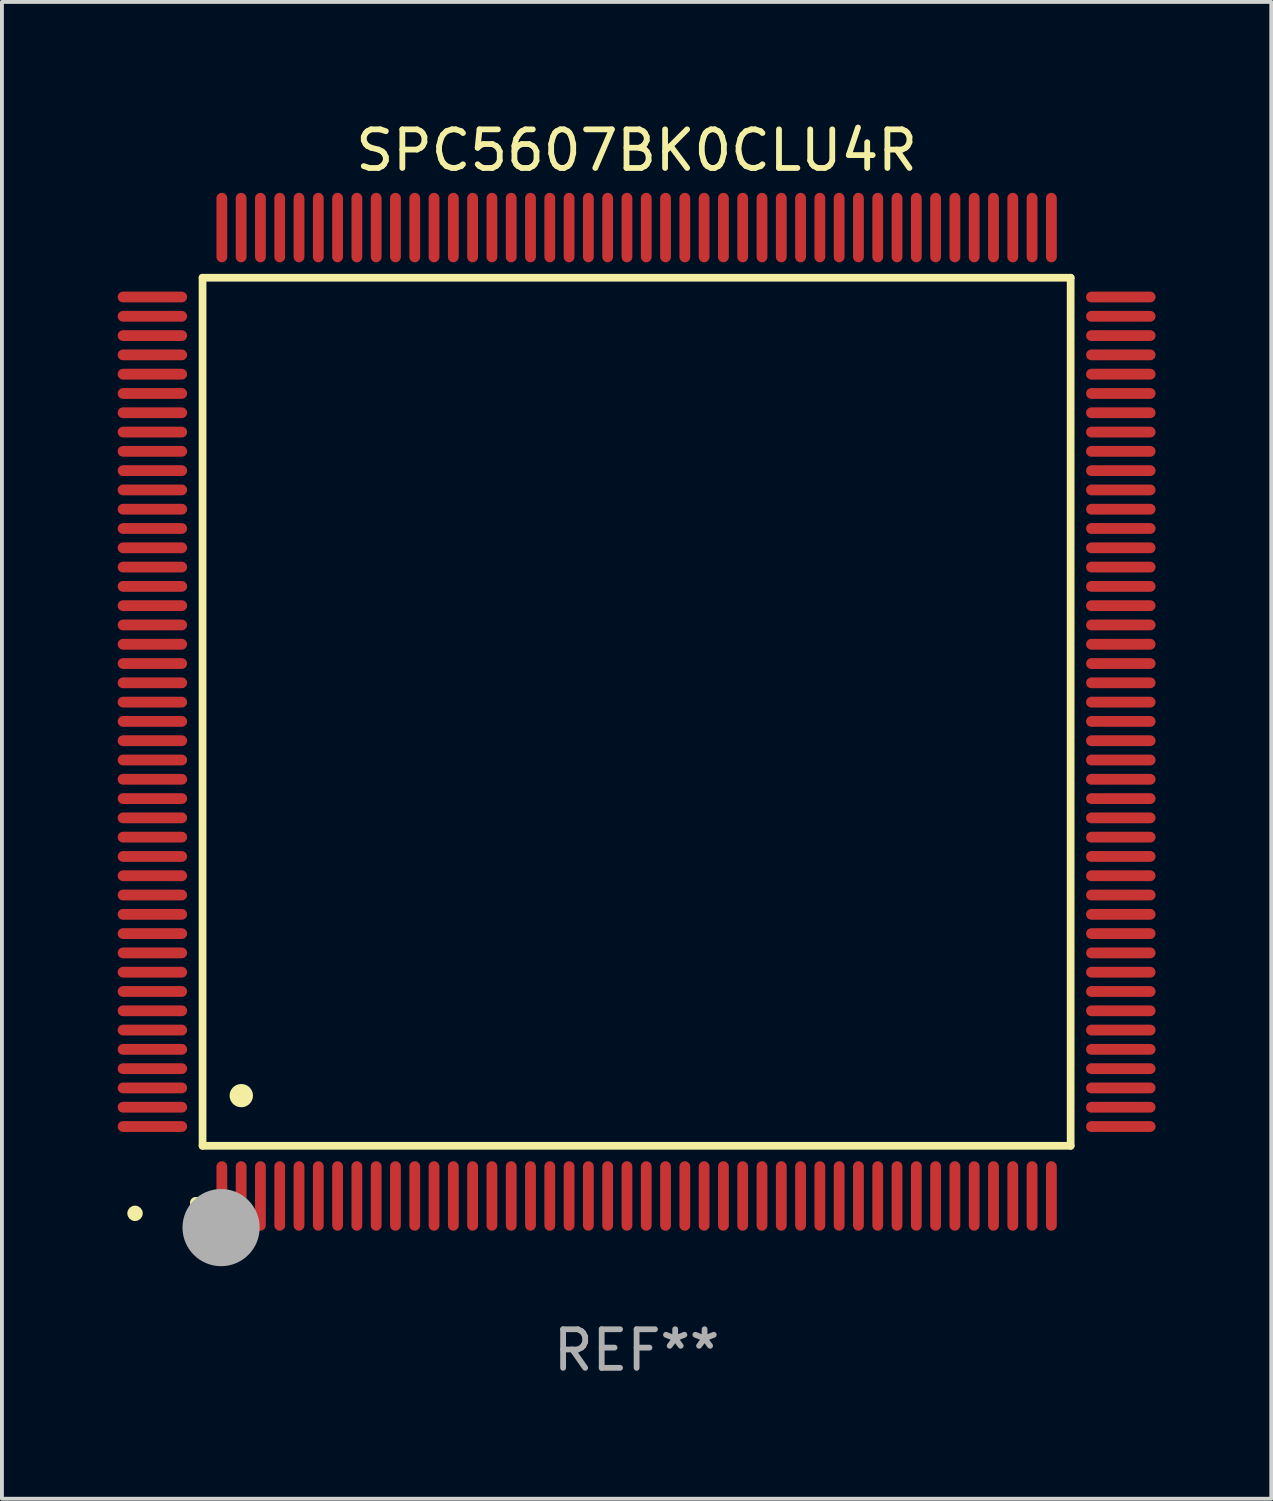
<source format=kicad_pcb>
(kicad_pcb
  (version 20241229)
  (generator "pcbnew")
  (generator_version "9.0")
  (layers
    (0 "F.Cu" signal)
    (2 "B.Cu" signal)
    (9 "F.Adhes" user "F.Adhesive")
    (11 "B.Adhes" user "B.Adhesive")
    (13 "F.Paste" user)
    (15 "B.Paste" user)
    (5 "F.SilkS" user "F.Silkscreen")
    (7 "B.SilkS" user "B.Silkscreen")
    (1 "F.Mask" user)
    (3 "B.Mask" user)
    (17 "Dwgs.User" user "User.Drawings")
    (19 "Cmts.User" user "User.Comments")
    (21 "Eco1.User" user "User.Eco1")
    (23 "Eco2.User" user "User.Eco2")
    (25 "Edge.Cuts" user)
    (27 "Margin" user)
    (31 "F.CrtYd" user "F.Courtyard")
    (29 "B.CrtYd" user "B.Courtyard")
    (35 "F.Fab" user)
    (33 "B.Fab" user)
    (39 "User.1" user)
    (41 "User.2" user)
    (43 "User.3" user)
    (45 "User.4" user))
  (footprint "SPC5607BK0CLU4R"
    (layer "F.Cu")
    (at 13.45 15.398)
    (property "Reference" "SPC5607BK0CLU4R" (at 0 -14.55 0) (layer "F.SilkS") (effects (font (size 1 1) (thickness 0.15))))
    (attr through_hole)
    (fp_line (start -11.25 -11.25) (end 11.25 -11.25) (stroke (width 0.2) (type solid)) (layer "F.SilkS"))
    (fp_line (start -11.25 11.25) (end -11.25 -11.25) (stroke (width 0.2) (type solid)) (layer "F.SilkS"))
    (fp_line (start 11.25 -11.25) (end 11.25 11.25) (stroke (width 0.2) (type solid)) (layer "F.SilkS"))
    (fp_line (start 11.25 11.25) (end -11.25 11.25) (stroke (width 0.2) (type solid)) (layer "F.SilkS"))
    (fp_arc (start -11.424943 12.725425) (mid -11.423673 12.72542) (end -11.422403 12.725425) (stroke (width 0.3) (type solid)) (layer "F.SilkS"))
    (fp_arc (start -10.24892 9.9492) (mid -10.24638 9.949189) (end -10.24384 9.9492) (stroke (width 0.6) (type solid)) (layer "F.SilkS"))
    (fp_circle (center -13 13) (end -12.9 13) (stroke (width 0.2) (type solid)) (fill no) (layer "F.SilkS"))
    (fp_circle (center -10.77 13.37) (end -10.27 13.37) (stroke (width 1) (type solid)) (fill no) (layer "F.Fab"))
    (fp_text user "REF**" (at 0 16.55 0) (layer "F.Fab") (effects (font (size 1 1) (thickness 0.15))))
    (pad "1" smd oval (at -10.75 12.55) (size 0.28 1.8) (layers "F.Cu" "F.Mask" "F.Paste"))
    (pad "2" smd oval (at -10.25 12.55) (size 0.28 1.8) (layers "F.Cu" "F.Mask" "F.Paste"))
    (pad "3" smd oval (at -9.75 12.55) (size 0.28 1.8) (layers "F.Cu" "F.Mask" "F.Paste"))
    (pad "4" smd oval (at -9.25 12.55) (size 0.28 1.8) (layers "F.Cu" "F.Mask" "F.Paste"))
    (pad "5" smd oval (at -8.75 12.55) (size 0.28 1.8) (layers "F.Cu" "F.Mask" "F.Paste"))
    (pad "6" smd oval (at -8.25 12.55) (size 0.28 1.8) (layers "F.Cu" "F.Mask" "F.Paste"))
    (pad "7" smd oval (at -7.75 12.55) (size 0.28 1.8) (layers "F.Cu" "F.Mask" "F.Paste"))
    (pad "8" smd oval (at -7.25 12.55) (size 0.28 1.8) (layers "F.Cu" "F.Mask" "F.Paste"))
    (pad "9" smd oval (at -6.75 12.55) (size 0.28 1.8) (layers "F.Cu" "F.Mask" "F.Paste"))
    (pad "10" smd oval (at -6.25 12.55) (size 0.28 1.8) (layers "F.Cu" "F.Mask" "F.Paste"))
    (pad "11" smd oval (at -5.75 12.55) (size 0.28 1.8) (layers "F.Cu" "F.Mask" "F.Paste"))
    (pad "12" smd oval (at -5.25 12.55) (size 0.28 1.8) (layers "F.Cu" "F.Mask" "F.Paste"))
    (pad "13" smd oval (at -4.75 12.55) (size 0.28 1.8) (layers "F.Cu" "F.Mask" "F.Paste"))
    (pad "14" smd oval (at -4.25 12.55) (size 0.28 1.8) (layers "F.Cu" "F.Mask" "F.Paste"))
    (pad "15" smd oval (at -3.75 12.55) (size 0.28 1.8) (layers "F.Cu" "F.Mask" "F.Paste"))
    (pad "16" smd oval (at -3.25 12.55) (size 0.28 1.8) (layers "F.Cu" "F.Mask" "F.Paste"))
    (pad "17" smd oval (at -2.75 12.55) (size 0.28 1.8) (layers "F.Cu" "F.Mask" "F.Paste"))
    (pad "18" smd oval (at -2.25 12.55) (size 0.28 1.8) (layers "F.Cu" "F.Mask" "F.Paste"))
    (pad "19" smd oval (at -1.75 12.55) (size 0.28 1.8) (layers "F.Cu" "F.Mask" "F.Paste"))
    (pad "20" smd oval (at -1.25 12.55) (size 0.28 1.8) (layers "F.Cu" "F.Mask" "F.Paste"))
    (pad "21" smd oval (at -0.75 12.55) (size 0.28 1.8) (layers "F.Cu" "F.Mask" "F.Paste"))
    (pad "22" smd oval (at -0.25 12.55) (size 0.28 1.8) (layers "F.Cu" "F.Mask" "F.Paste"))
    (pad "23" smd oval (at 0.25 12.55) (size 0.28 1.8) (layers "F.Cu" "F.Mask" "F.Paste"))
    (pad "24" smd oval (at 0.75 12.55) (size 0.28 1.8) (layers "F.Cu" "F.Mask" "F.Paste"))
    (pad "25" smd oval (at 1.25 12.55) (size 0.28 1.8) (layers "F.Cu" "F.Mask" "F.Paste"))
    (pad "26" smd oval (at 1.75 12.55) (size 0.28 1.8) (layers "F.Cu" "F.Mask" "F.Paste"))
    (pad "27" smd oval (at 2.25 12.55) (size 0.28 1.8) (layers "F.Cu" "F.Mask" "F.Paste"))
    (pad "28" smd oval (at 2.75 12.55) (size 0.28 1.8) (layers "F.Cu" "F.Mask" "F.Paste"))
    (pad "29" smd oval (at 3.25 12.55) (size 0.28 1.8) (layers "F.Cu" "F.Mask" "F.Paste"))
    (pad "30" smd oval (at 3.75 12.55) (size 0.28 1.8) (layers "F.Cu" "F.Mask" "F.Paste"))
    (pad "31" smd oval (at 4.25 12.55) (size 0.28 1.8) (layers "F.Cu" "F.Mask" "F.Paste"))
    (pad "32" smd oval (at 4.75 12.55) (size 0.28 1.8) (layers "F.Cu" "F.Mask" "F.Paste"))
    (pad "33" smd oval (at 5.25 12.55) (size 0.28 1.8) (layers "F.Cu" "F.Mask" "F.Paste"))
    (pad "34" smd oval (at 5.75 12.55) (size 0.28 1.8) (layers "F.Cu" "F.Mask" "F.Paste"))
    (pad "35" smd oval (at 6.25 12.55) (size 0.28 1.8) (layers "F.Cu" "F.Mask" "F.Paste"))
    (pad "36" smd oval (at 6.75 12.55) (size 0.28 1.8) (layers "F.Cu" "F.Mask" "F.Paste"))
    (pad "37" smd oval (at 7.25 12.55) (size 0.28 1.8) (layers "F.Cu" "F.Mask" "F.Paste"))
    (pad "38" smd oval (at 7.75 12.55) (size 0.28 1.8) (layers "F.Cu" "F.Mask" "F.Paste"))
    (pad "39" smd oval (at 8.25 12.55) (size 0.28 1.8) (layers "F.Cu" "F.Mask" "F.Paste"))
    (pad "40" smd oval (at 8.75 12.55) (size 0.28 1.8) (layers "F.Cu" "F.Mask" "F.Paste"))
    (pad "41" smd oval (at 9.25 12.55) (size 0.28 1.8) (layers "F.Cu" "F.Mask" "F.Paste"))
    (pad "42" smd oval (at 9.75 12.55) (size 0.28 1.8) (layers "F.Cu" "F.Mask" "F.Paste"))
    (pad "43" smd oval (at 10.25 12.55) (size 0.28 1.8) (layers "F.Cu" "F.Mask" "F.Paste"))
    (pad "44" smd oval (at 10.75 12.55) (size 0.28 1.8) (layers "F.Cu" "F.Mask" "F.Paste"))
    (pad "45" smd oval (at 12.55 10.75) (size 1.8 0.28) (layers "F.Cu" "F.Mask" "F.Paste"))
    (pad "46" smd oval (at 12.55 10.25) (size 1.8 0.28) (layers "F.Cu" "F.Mask" "F.Paste"))
    (pad "47" smd oval (at 12.55 9.75) (size 1.8 0.28) (layers "F.Cu" "F.Mask" "F.Paste"))
    (pad "48" smd oval (at 12.55 9.25) (size 1.8 0.28) (layers "F.Cu" "F.Mask" "F.Paste"))
    (pad "49" smd oval (at 12.55 8.75) (size 1.8 0.28) (layers "F.Cu" "F.Mask" "F.Paste"))
    (pad "50" smd oval (at 12.55 8.25) (size 1.8 0.28) (layers "F.Cu" "F.Mask" "F.Paste"))
    (pad "51" smd oval (at 12.55 7.75) (size 1.8 0.28) (layers "F.Cu" "F.Mask" "F.Paste"))
    (pad "52" smd oval (at 12.55 7.25) (size 1.8 0.28) (layers "F.Cu" "F.Mask" "F.Paste"))
    (pad "53" smd oval (at 12.55 6.75) (size 1.8 0.28) (layers "F.Cu" "F.Mask" "F.Paste"))
    (pad "54" smd oval (at 12.55 6.25) (size 1.8 0.28) (layers "F.Cu" "F.Mask" "F.Paste"))
    (pad "55" smd oval (at 12.55 5.75) (size 1.8 0.28) (layers "F.Cu" "F.Mask" "F.Paste"))
    (pad "56" smd oval (at 12.55 5.25) (size 1.8 0.28) (layers "F.Cu" "F.Mask" "F.Paste"))
    (pad "57" smd oval (at 12.55 4.75) (size 1.8 0.28) (layers "F.Cu" "F.Mask" "F.Paste"))
    (pad "58" smd oval (at 12.55 4.25) (size 1.8 0.28) (layers "F.Cu" "F.Mask" "F.Paste"))
    (pad "59" smd oval (at 12.55 3.75) (size 1.8 0.28) (layers "F.Cu" "F.Mask" "F.Paste"))
    (pad "60" smd oval (at 12.55 3.25) (size 1.8 0.28) (layers "F.Cu" "F.Mask" "F.Paste"))
    (pad "61" smd oval (at 12.55 2.75) (size 1.8 0.28) (layers "F.Cu" "F.Mask" "F.Paste"))
    (pad "62" smd oval (at 12.55 2.25) (size 1.8 0.28) (layers "F.Cu" "F.Mask" "F.Paste"))
    (pad "63" smd oval (at 12.55 1.75) (size 1.8 0.28) (layers "F.Cu" "F.Mask" "F.Paste"))
    (pad "64" smd oval (at 12.55 1.25) (size 1.8 0.28) (layers "F.Cu" "F.Mask" "F.Paste"))
    (pad "65" smd oval (at 12.55 0.75) (size 1.8 0.28) (layers "F.Cu" "F.Mask" "F.Paste"))
    (pad "66" smd oval (at 12.55 0.25) (size 1.8 0.28) (layers "F.Cu" "F.Mask" "F.Paste"))
    (pad "67" smd oval (at 12.55 -0.25) (size 1.8 0.28) (layers "F.Cu" "F.Mask" "F.Paste"))
    (pad "68" smd oval (at 12.55 -0.75) (size 1.8 0.28) (layers "F.Cu" "F.Mask" "F.Paste"))
    (pad "69" smd oval (at 12.55 -1.25) (size 1.8 0.28) (layers "F.Cu" "F.Mask" "F.Paste"))
    (pad "70" smd oval (at 12.55 -1.75) (size 1.8 0.28) (layers "F.Cu" "F.Mask" "F.Paste"))
    (pad "71" smd oval (at 12.55 -2.25) (size 1.8 0.28) (layers "F.Cu" "F.Mask" "F.Paste"))
    (pad "72" smd oval (at 12.55 -2.75) (size 1.8 0.28) (layers "F.Cu" "F.Mask" "F.Paste"))
    (pad "73" smd oval (at 12.55 -3.25) (size 1.8 0.28) (layers "F.Cu" "F.Mask" "F.Paste"))
    (pad "74" smd oval (at 12.55 -3.75) (size 1.8 0.28) (layers "F.Cu" "F.Mask" "F.Paste"))
    (pad "75" smd oval (at 12.55 -4.25) (size 1.8 0.28) (layers "F.Cu" "F.Mask" "F.Paste"))
    (pad "76" smd oval (at 12.55 -4.75) (size 1.8 0.28) (layers "F.Cu" "F.Mask" "F.Paste"))
    (pad "77" smd oval (at 12.55 -5.25) (size 1.8 0.28) (layers "F.Cu" "F.Mask" "F.Paste"))
    (pad "78" smd oval (at 12.55 -5.75) (size 1.8 0.28) (layers "F.Cu" "F.Mask" "F.Paste"))
    (pad "79" smd oval (at 12.55 -6.25) (size 1.8 0.28) (layers "F.Cu" "F.Mask" "F.Paste"))
    (pad "80" smd oval (at 12.55 -6.75) (size 1.8 0.28) (layers "F.Cu" "F.Mask" "F.Paste"))
    (pad "81" smd oval (at 12.55 -7.25) (size 1.8 0.28) (layers "F.Cu" "F.Mask" "F.Paste"))
    (pad "82" smd oval (at 12.55 -7.75) (size 1.8 0.28) (layers "F.Cu" "F.Mask" "F.Paste"))
    (pad "83" smd oval (at 12.55 -8.25) (size 1.8 0.28) (layers "F.Cu" "F.Mask" "F.Paste"))
    (pad "84" smd oval (at 12.55 -8.75) (size 1.8 0.28) (layers "F.Cu" "F.Mask" "F.Paste"))
    (pad "85" smd oval (at 12.55 -9.25) (size 1.8 0.28) (layers "F.Cu" "F.Mask" "F.Paste"))
    (pad "86" smd oval (at 12.55 -9.75) (size 1.8 0.28) (layers "F.Cu" "F.Mask" "F.Paste"))
    (pad "87" smd oval (at 12.55 -10.25) (size 1.8 0.28) (layers "F.Cu" "F.Mask" "F.Paste"))
    (pad "88" smd oval (at 12.55 -10.75) (size 1.8 0.28) (layers "F.Cu" "F.Mask" "F.Paste"))
    (pad "89" smd oval (at 10.75 -12.55) (size 0.28 1.8) (layers "F.Cu" "F.Mask" "F.Paste"))
    (pad "90" smd oval (at 10.25 -12.55) (size 0.28 1.8) (layers "F.Cu" "F.Mask" "F.Paste"))
    (pad "91" smd oval (at 9.75 -12.55) (size 0.28 1.8) (layers "F.Cu" "F.Mask" "F.Paste"))
    (pad "92" smd oval (at 9.25 -12.55) (size 0.28 1.8) (layers "F.Cu" "F.Mask" "F.Paste"))
    (pad "93" smd oval (at 8.75 -12.55) (size 0.28 1.8) (layers "F.Cu" "F.Mask" "F.Paste"))
    (pad "94" smd oval (at 8.25 -12.55) (size 0.28 1.8) (layers "F.Cu" "F.Mask" "F.Paste"))
    (pad "95" smd oval (at 7.75 -12.55) (size 0.28 1.8) (layers "F.Cu" "F.Mask" "F.Paste"))
    (pad "96" smd oval (at 7.25 -12.55) (size 0.28 1.8) (layers "F.Cu" "F.Mask" "F.Paste"))
    (pad "97" smd oval (at 6.75 -12.55) (size 0.28 1.8) (layers "F.Cu" "F.Mask" "F.Paste"))
    (pad "98" smd oval (at 6.25 -12.55) (size 0.28 1.8) (layers "F.Cu" "F.Mask" "F.Paste"))
    (pad "99" smd oval (at 5.75 -12.55) (size 0.28 1.8) (layers "F.Cu" "F.Mask" "F.Paste"))
    (pad "100" smd oval (at 5.25 -12.55) (size 0.28 1.8) (layers "F.Cu" "F.Mask" "F.Paste"))
    (pad "101" smd oval (at 4.75 -12.55) (size 0.28 1.8) (layers "F.Cu" "F.Mask" "F.Paste"))
    (pad "102" smd oval (at 4.25 -12.55) (size 0.28 1.8) (layers "F.Cu" "F.Mask" "F.Paste"))
    (pad "103" smd oval (at 3.75 -12.55) (size 0.28 1.8) (layers "F.Cu" "F.Mask" "F.Paste"))
    (pad "104" smd oval (at 3.25 -12.55) (size 0.28 1.8) (layers "F.Cu" "F.Mask" "F.Paste"))
    (pad "105" smd oval (at 2.75 -12.55) (size 0.28 1.8) (layers "F.Cu" "F.Mask" "F.Paste"))
    (pad "106" smd oval (at 2.25 -12.55) (size 0.28 1.8) (layers "F.Cu" "F.Mask" "F.Paste"))
    (pad "107" smd oval (at 1.75 -12.55) (size 0.28 1.8) (layers "F.Cu" "F.Mask" "F.Paste"))
    (pad "108" smd oval (at 1.25 -12.55) (size 0.28 1.8) (layers "F.Cu" "F.Mask" "F.Paste"))
    (pad "109" smd oval (at 0.75 -12.55) (size 0.28 1.8) (layers "F.Cu" "F.Mask" "F.Paste"))
    (pad "110" smd oval (at 0.25 -12.55) (size 0.28 1.8) (layers "F.Cu" "F.Mask" "F.Paste"))
    (pad "111" smd oval (at -0.25 -12.55) (size 0.28 1.8) (layers "F.Cu" "F.Mask" "F.Paste"))
    (pad "112" smd oval (at -0.75 -12.55) (size 0.28 1.8) (layers "F.Cu" "F.Mask" "F.Paste"))
    (pad "113" smd oval (at -1.25 -12.55) (size 0.28 1.8) (layers "F.Cu" "F.Mask" "F.Paste"))
    (pad "114" smd oval (at -1.75 -12.55) (size 0.28 1.8) (layers "F.Cu" "F.Mask" "F.Paste"))
    (pad "115" smd oval (at -2.25 -12.55) (size 0.28 1.8) (layers "F.Cu" "F.Mask" "F.Paste"))
    (pad "116" smd oval (at -2.75 -12.55) (size 0.28 1.8) (layers "F.Cu" "F.Mask" "F.Paste"))
    (pad "117" smd oval (at -3.25 -12.55) (size 0.28 1.8) (layers "F.Cu" "F.Mask" "F.Paste"))
    (pad "118" smd oval (at -3.75 -12.55) (size 0.28 1.8) (layers "F.Cu" "F.Mask" "F.Paste"))
    (pad "119" smd oval (at -4.25 -12.55) (size 0.28 1.8) (layers "F.Cu" "F.Mask" "F.Paste"))
    (pad "120" smd oval (at -4.75 -12.55) (size 0.28 1.8) (layers "F.Cu" "F.Mask" "F.Paste"))
    (pad "121" smd oval (at -5.25 -12.55) (size 0.28 1.8) (layers "F.Cu" "F.Mask" "F.Paste"))
    (pad "122" smd oval (at -5.75 -12.55) (size 0.28 1.8) (layers "F.Cu" "F.Mask" "F.Paste"))
    (pad "123" smd oval (at -6.25 -12.55) (size 0.28 1.8) (layers "F.Cu" "F.Mask" "F.Paste"))
    (pad "124" smd oval (at -6.75 -12.55) (size 0.28 1.8) (layers "F.Cu" "F.Mask" "F.Paste"))
    (pad "125" smd oval (at -7.25 -12.55) (size 0.28 1.8) (layers "F.Cu" "F.Mask" "F.Paste"))
    (pad "126" smd oval (at -7.75 -12.55) (size 0.28 1.8) (layers "F.Cu" "F.Mask" "F.Paste"))
    (pad "127" smd oval (at -8.25 -12.55) (size 0.28 1.8) (layers "F.Cu" "F.Mask" "F.Paste"))
    (pad "128" smd oval (at -8.75 -12.55) (size 0.28 1.8) (layers "F.Cu" "F.Mask" "F.Paste"))
    (pad "129" smd oval (at -9.25 -12.55) (size 0.28 1.8) (layers "F.Cu" "F.Mask" "F.Paste"))
    (pad "130" smd oval (at -9.75 -12.55) (size 0.28 1.8) (layers "F.Cu" "F.Mask" "F.Paste"))
    (pad "131" smd oval (at -10.25 -12.55) (size 0.28 1.8) (layers "F.Cu" "F.Mask" "F.Paste"))
    (pad "132" smd oval (at -10.75 -12.55) (size 0.28 1.8) (layers "F.Cu" "F.Mask" "F.Paste"))
    (pad "133" smd oval (at -12.55 -10.75) (size 1.8 0.28) (layers "F.Cu" "F.Mask" "F.Paste"))
    (pad "134" smd oval (at -12.55 -10.25) (size 1.8 0.28) (layers "F.Cu" "F.Mask" "F.Paste"))
    (pad "135" smd oval (at -12.55 -9.75) (size 1.8 0.28) (layers "F.Cu" "F.Mask" "F.Paste"))
    (pad "136" smd oval (at -12.55 -9.25) (size 1.8 0.28) (layers "F.Cu" "F.Mask" "F.Paste"))
    (pad "137" smd oval (at -12.55 -8.75) (size 1.8 0.28) (layers "F.Cu" "F.Mask" "F.Paste"))
    (pad "138" smd oval (at -12.55 -8.25) (size 1.8 0.28) (layers "F.Cu" "F.Mask" "F.Paste"))
    (pad "139" smd oval (at -12.55 -7.75) (size 1.8 0.28) (layers "F.Cu" "F.Mask" "F.Paste"))
    (pad "140" smd oval (at -12.55 -7.25) (size 1.8 0.28) (layers "F.Cu" "F.Mask" "F.Paste"))
    (pad "141" smd oval (at -12.55 -6.75) (size 1.8 0.28) (layers "F.Cu" "F.Mask" "F.Paste"))
    (pad "142" smd oval (at -12.55 -6.25) (size 1.8 0.28) (layers "F.Cu" "F.Mask" "F.Paste"))
    (pad "143" smd oval (at -12.55 -5.75) (size 1.8 0.28) (layers "F.Cu" "F.Mask" "F.Paste"))
    (pad "144" smd oval (at -12.55 -5.25) (size 1.8 0.28) (layers "F.Cu" "F.Mask" "F.Paste"))
    (pad "145" smd oval (at -12.55 -4.75) (size 1.8 0.28) (layers "F.Cu" "F.Mask" "F.Paste"))
    (pad "146" smd oval (at -12.55 -4.25) (size 1.8 0.28) (layers "F.Cu" "F.Mask" "F.Paste"))
    (pad "147" smd oval (at -12.55 -3.75) (size 1.8 0.28) (layers "F.Cu" "F.Mask" "F.Paste"))
    (pad "148" smd oval (at -12.55 -3.25) (size 1.8 0.28) (layers "F.Cu" "F.Mask" "F.Paste"))
    (pad "149" smd oval (at -12.55 -2.75) (size 1.8 0.28) (layers "F.Cu" "F.Mask" "F.Paste"))
    (pad "150" smd oval (at -12.55 -2.25) (size 1.8 0.28) (layers "F.Cu" "F.Mask" "F.Paste"))
    (pad "151" smd oval (at -12.55 -1.75) (size 1.8 0.28) (layers "F.Cu" "F.Mask" "F.Paste"))
    (pad "152" smd oval (at -12.55 -1.25) (size 1.8 0.28) (layers "F.Cu" "F.Mask" "F.Paste"))
    (pad "153" smd oval (at -12.55 -0.75) (size 1.8 0.28) (layers "F.Cu" "F.Mask" "F.Paste"))
    (pad "154" smd oval (at -12.55 -0.25) (size 1.8 0.28) (layers "F.Cu" "F.Mask" "F.Paste"))
    (pad "155" smd oval (at -12.55 0.25) (size 1.8 0.28) (layers "F.Cu" "F.Mask" "F.Paste"))
    (pad "156" smd oval (at -12.55 0.75) (size 1.8 0.28) (layers "F.Cu" "F.Mask" "F.Paste"))
    (pad "157" smd oval (at -12.55 1.25) (size 1.8 0.28) (layers "F.Cu" "F.Mask" "F.Paste"))
    (pad "158" smd oval (at -12.55 1.75) (size 1.8 0.28) (layers "F.Cu" "F.Mask" "F.Paste"))
    (pad "159" smd oval (at -12.55 2.25) (size 1.8 0.28) (layers "F.Cu" "F.Mask" "F.Paste"))
    (pad "160" smd oval (at -12.55 2.75) (size 1.8 0.28) (layers "F.Cu" "F.Mask" "F.Paste"))
    (pad "161" smd oval (at -12.55 3.25) (size 1.8 0.28) (layers "F.Cu" "F.Mask" "F.Paste"))
    (pad "162" smd oval (at -12.55 3.75) (size 1.8 0.28) (layers "F.Cu" "F.Mask" "F.Paste"))
    (pad "163" smd oval (at -12.55 4.25) (size 1.8 0.28) (layers "F.Cu" "F.Mask" "F.Paste"))
    (pad "164" smd oval (at -12.55 4.75) (size 1.8 0.28) (layers "F.Cu" "F.Mask" "F.Paste"))
    (pad "165" smd oval (at -12.55 5.25) (size 1.8 0.28) (layers "F.Cu" "F.Mask" "F.Paste"))
    (pad "166" smd oval (at -12.55 5.75) (size 1.8 0.28) (layers "F.Cu" "F.Mask" "F.Paste"))
    (pad "167" smd oval (at -12.55 6.25) (size 1.8 0.28) (layers "F.Cu" "F.Mask" "F.Paste"))
    (pad "168" smd oval (at -12.55 6.75) (size 1.8 0.28) (layers "F.Cu" "F.Mask" "F.Paste"))
    (pad "169" smd oval (at -12.55 7.25) (size 1.8 0.28) (layers "F.Cu" "F.Mask" "F.Paste"))
    (pad "170" smd oval (at -12.55 7.75) (size 1.8 0.28) (layers "F.Cu" "F.Mask" "F.Paste"))
    (pad "171" smd oval (at -12.55 8.25) (size 1.8 0.28) (layers "F.Cu" "F.Mask" "F.Paste"))
    (pad "172" smd oval (at -12.55 8.75) (size 1.8 0.28) (layers "F.Cu" "F.Mask" "F.Paste"))
    (pad "173" smd oval (at -12.55 9.25) (size 1.8 0.28) (layers "F.Cu" "F.Mask" "F.Paste"))
    (pad "174" smd oval (at -12.55 9.75) (size 1.8 0.28) (layers "F.Cu" "F.Mask" "F.Paste"))
    (pad "175" smd oval (at -12.55 10.25) (size 1.8 0.28) (layers "F.Cu" "F.Mask" "F.Paste"))
    (pad "176" smd oval (at -12.55 10.75) (size 1.8 0.28) (layers "F.Cu" "F.Mask" "F.Paste")))
  (gr_rect
    (start -3 -3)
    (end 29.9 35.796)
    (stroke (width 0.1) (type default))
    (fill no)
    (layer "Edge.Cuts")))
</source>
